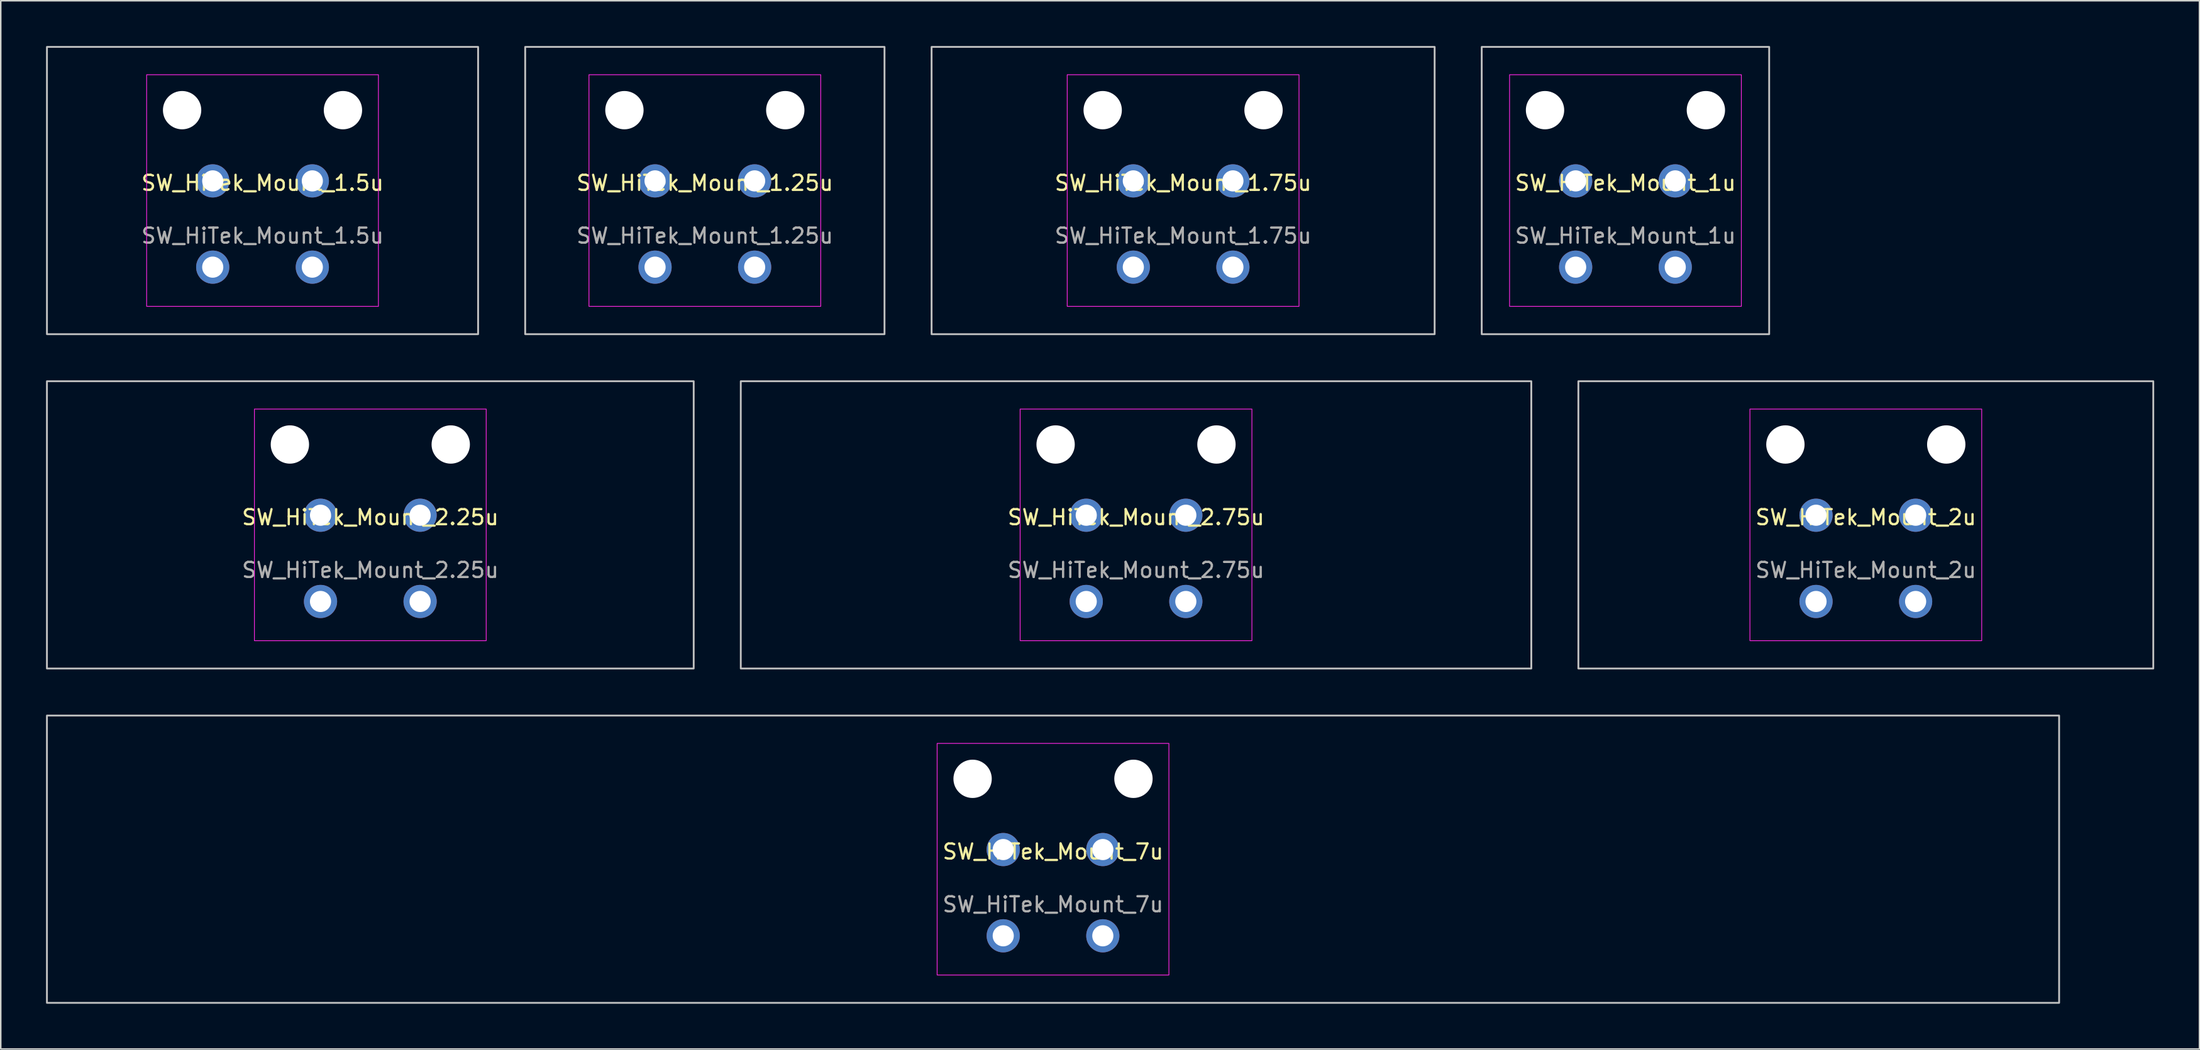
<source format=kicad_pcb>
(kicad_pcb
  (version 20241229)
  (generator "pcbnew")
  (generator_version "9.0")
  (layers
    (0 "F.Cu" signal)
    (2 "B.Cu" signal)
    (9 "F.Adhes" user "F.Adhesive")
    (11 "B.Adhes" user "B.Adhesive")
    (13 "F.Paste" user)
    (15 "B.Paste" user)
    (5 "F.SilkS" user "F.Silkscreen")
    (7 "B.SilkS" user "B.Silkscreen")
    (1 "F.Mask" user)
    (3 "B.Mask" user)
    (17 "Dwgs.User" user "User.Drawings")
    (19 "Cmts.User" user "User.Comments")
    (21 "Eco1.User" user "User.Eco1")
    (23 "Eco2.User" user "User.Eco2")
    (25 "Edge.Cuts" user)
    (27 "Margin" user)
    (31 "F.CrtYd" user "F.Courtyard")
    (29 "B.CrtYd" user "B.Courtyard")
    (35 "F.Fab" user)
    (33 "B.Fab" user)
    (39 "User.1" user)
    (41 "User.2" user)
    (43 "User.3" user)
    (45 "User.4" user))
  (footprint "SW_HiTek_Mount_7u"
    (layer "F.Cu")
    (at 66.735 53.925)
    (property "Reference" "SW_HiTek_Mount_7u" (at 0 -0.5 0) (unlocked yes) (layer "F.SilkS") (effects (font (size 1 1) (thickness 0.15))))
    (attr through_hole exclude_from_pos_files exclude_from_bom)
    (fp_rect (start -66.675 -9.525) (end 66.675 9.525) (stroke (width 0.12) (type solid)) (fill no) (layer "Dwgs.User"))
    (fp_line (start -7.81 7.31) (end -7.81 -7.31) (stroke (width 0.05) (type solid)) (layer "Eco2.User"))
    (fp_line (start -7.31 -7.81) (end 7.31 -7.81) (stroke (width 0.05) (type solid)) (layer "Eco2.User"))
    (fp_line (start 7.31 7.81) (end -7.31 7.81) (stroke (width 0.05) (type solid)) (layer "Eco2.User"))
    (fp_line (start 7.81 7.31) (end 7.81 -7.31) (stroke (width 0.05) (type solid)) (layer "Eco2.User"))
    (fp_arc (start -7.81 -7.31) (mid -7.663553 -7.663553) (end -7.31 -7.81) (stroke (width 0.05) (type solid)) (layer "Eco2.User"))
    (fp_arc (start -7.31 7.81) (mid -7.663553 7.663553) (end -7.81 7.31) (stroke (width 0.05) (type solid)) (layer "Eco2.User"))
    (fp_arc (start 7.31 -7.81) (mid 7.663553 -7.663553) (end 7.81 -7.31) (stroke (width 0.05) (type solid)) (layer "Eco2.User"))
    (fp_arc (start 7.81 7.31) (mid 7.663553 7.663553) (end 7.31 7.81) (stroke (width 0.05) (type solid)) (layer "Eco2.User"))
    (fp_rect (start -7.68 -7.68) (end 7.68 7.68) (stroke (width 0.05) (type solid)) (fill no) (layer "F.CrtYd"))
    (fp_text user "${REFERENCE}" (at 0 3 0) (unlocked yes) (layer "F.Fab") (effects (font (size 1 1) (thickness 0.15))))
    (pad "" np_thru_hole circle (at -5.33 -5.33) (size 2.54 2.54) (drill 2.54) (layers "*.Cu" "*.Mask"))
    (pad "" np_thru_hole circle (at 5.33 -5.33) (size 2.54 2.54) (drill 2.54) (layers "*.Cu" "*.Mask"))
    (pad "1" thru_hole circle (at -3.3 -0.64) (size 2.2 2.2) (drill 1.4) (layers "*.Cu" "B.Mask"))
    (pad "1" thru_hole circle (at -3.3 5.08) (size 2.2 2.2) (drill 1.4) (layers "*.Cu" "B.Mask"))
    (pad "2" thru_hole circle (at 3.3 -0.64) (size 2.2 2.2) (drill 1.4) (layers "*.Cu" "B.Mask"))
    (pad "2" thru_hole circle (at 3.3 5.08) (size 2.2 2.2) (drill 1.4) (layers "*.Cu" "B.Mask")))
  (footprint "SW_HiTek_Mount_2.25u"
    (layer "F.Cu")
    (at 21.491 31.755)
    (property "Reference" "SW_HiTek_Mount_2.25u" (at 0 -0.5 0) (unlocked yes) (layer "F.SilkS") (effects (font (size 1 1) (thickness 0.15))))
    (attr through_hole exclude_from_pos_files exclude_from_bom)
    (fp_rect (start -21.431 -9.525) (end 21.431 9.525) (stroke (width 0.12) (type solid)) (fill no) (layer "Dwgs.User"))
    (fp_line (start -7.81 7.31) (end -7.81 -7.31) (stroke (width 0.05) (type solid)) (layer "Eco2.User"))
    (fp_line (start -7.31 -7.81) (end 7.31 -7.81) (stroke (width 0.05) (type solid)) (layer "Eco2.User"))
    (fp_line (start 7.31 7.81) (end -7.31 7.81) (stroke (width 0.05) (type solid)) (layer "Eco2.User"))
    (fp_line (start 7.81 7.31) (end 7.81 -7.31) (stroke (width 0.05) (type solid)) (layer "Eco2.User"))
    (fp_arc (start -7.81 -7.31) (mid -7.663553 -7.663553) (end -7.31 -7.81) (stroke (width 0.05) (type solid)) (layer "Eco2.User"))
    (fp_arc (start -7.31 7.81) (mid -7.663553 7.663553) (end -7.81 7.31) (stroke (width 0.05) (type solid)) (layer "Eco2.User"))
    (fp_arc (start 7.31 -7.81) (mid 7.663553 -7.663553) (end 7.81 -7.31) (stroke (width 0.05) (type solid)) (layer "Eco2.User"))
    (fp_arc (start 7.81 7.31) (mid 7.663553 7.663553) (end 7.31 7.81) (stroke (width 0.05) (type solid)) (layer "Eco2.User"))
    (fp_rect (start -7.68 -7.68) (end 7.68 7.68) (stroke (width 0.05) (type solid)) (fill no) (layer "F.CrtYd"))
    (fp_text user "${REFERENCE}" (at 0 3 0) (unlocked yes) (layer "F.Fab") (effects (font (size 1 1) (thickness 0.15))))
    (pad "" np_thru_hole circle (at -5.33 -5.33) (size 2.54 2.54) (drill 2.54) (layers "*.Cu" "*.Mask"))
    (pad "" np_thru_hole circle (at 5.33 -5.33) (size 2.54 2.54) (drill 2.54) (layers "*.Cu" "*.Mask"))
    (pad "1" thru_hole circle (at -3.3 -0.64) (size 2.2 2.2) (drill 1.4) (layers "*.Cu" "B.Mask"))
    (pad "1" thru_hole circle (at -3.3 5.08) (size 2.2 2.2) (drill 1.4) (layers "*.Cu" "B.Mask"))
    (pad "2" thru_hole circle (at 3.3 -0.64) (size 2.2 2.2) (drill 1.4) (layers "*.Cu" "B.Mask"))
    (pad "2" thru_hole circle (at 3.3 5.08) (size 2.2 2.2) (drill 1.4) (layers "*.Cu" "B.Mask")))
  (footprint "SW_HiTek_Mount_1.25u"
    (layer "F.Cu")
    (at 43.661 9.585)
    (property "Reference" "SW_HiTek_Mount_1.25u" (at 0 -0.5 0) (unlocked yes) (layer "F.SilkS") (effects (font (size 1 1) (thickness 0.15))))
    (attr through_hole exclude_from_pos_files exclude_from_bom)
    (fp_rect (start -11.906 -9.525) (end 11.906 9.525) (stroke (width 0.12) (type solid)) (fill no) (layer "Dwgs.User"))
    (fp_line (start -7.81 7.31) (end -7.81 -7.31) (stroke (width 0.05) (type solid)) (layer "Eco2.User"))
    (fp_line (start -7.31 -7.81) (end 7.31 -7.81) (stroke (width 0.05) (type solid)) (layer "Eco2.User"))
    (fp_line (start 7.31 7.81) (end -7.31 7.81) (stroke (width 0.05) (type solid)) (layer "Eco2.User"))
    (fp_line (start 7.81 7.31) (end 7.81 -7.31) (stroke (width 0.05) (type solid)) (layer "Eco2.User"))
    (fp_arc (start -7.81 -7.31) (mid -7.663553 -7.663553) (end -7.31 -7.81) (stroke (width 0.05) (type solid)) (layer "Eco2.User"))
    (fp_arc (start -7.31 7.81) (mid -7.663553 7.663553) (end -7.81 7.31) (stroke (width 0.05) (type solid)) (layer "Eco2.User"))
    (fp_arc (start 7.31 -7.81) (mid 7.663553 -7.663553) (end 7.81 -7.31) (stroke (width 0.05) (type solid)) (layer "Eco2.User"))
    (fp_arc (start 7.81 7.31) (mid 7.663553 7.663553) (end 7.31 7.81) (stroke (width 0.05) (type solid)) (layer "Eco2.User"))
    (fp_rect (start -7.68 -7.68) (end 7.68 7.68) (stroke (width 0.05) (type solid)) (fill no) (layer "F.CrtYd"))
    (fp_text user "${REFERENCE}" (at 0 3 0) (unlocked yes) (layer "F.Fab") (effects (font (size 1 1) (thickness 0.15))))
    (pad "" np_thru_hole circle (at -5.33 -5.33) (size 2.54 2.54) (drill 2.54) (layers "*.Cu" "*.Mask"))
    (pad "" np_thru_hole circle (at 5.33 -5.33) (size 2.54 2.54) (drill 2.54) (layers "*.Cu" "*.Mask"))
    (pad "1" thru_hole circle (at -3.3 -0.64) (size 2.2 2.2) (drill 1.4) (layers "*.Cu" "B.Mask"))
    (pad "1" thru_hole circle (at -3.3 5.08) (size 2.2 2.2) (drill 1.4) (layers "*.Cu" "B.Mask"))
    (pad "2" thru_hole circle (at 3.3 -0.64) (size 2.2 2.2) (drill 1.4) (layers "*.Cu" "B.Mask"))
    (pad "2" thru_hole circle (at 3.3 5.08) (size 2.2 2.2) (drill 1.4) (layers "*.Cu" "B.Mask")))
  (footprint "SW_HiTek_Mount_1u"
    (layer "F.Cu")
    (at 104.67 9.585)
    (property "Reference" "SW_HiTek_Mount_1u" (at 0 -0.5 0) (unlocked yes) (layer "F.SilkS") (effects (font (size 1 1) (thickness 0.15))))
    (attr through_hole exclude_from_pos_files exclude_from_bom)
    (fp_rect (start -9.525 -9.525) (end 9.525 9.525) (stroke (width 0.12) (type solid)) (fill no) (layer "Dwgs.User"))
    (fp_line (start -7.81 7.31) (end -7.81 -7.31) (stroke (width 0.05) (type solid)) (layer "Eco2.User"))
    (fp_line (start -7.31 -7.81) (end 7.31 -7.81) (stroke (width 0.05) (type solid)) (layer "Eco2.User"))
    (fp_line (start 7.31 7.81) (end -7.31 7.81) (stroke (width 0.05) (type solid)) (layer "Eco2.User"))
    (fp_line (start 7.81 7.31) (end 7.81 -7.31) (stroke (width 0.05) (type solid)) (layer "Eco2.User"))
    (fp_arc (start -7.81 -7.31) (mid -7.663553 -7.663553) (end -7.31 -7.81) (stroke (width 0.05) (type solid)) (layer "Eco2.User"))
    (fp_arc (start -7.31 7.81) (mid -7.663553 7.663553) (end -7.81 7.31) (stroke (width 0.05) (type solid)) (layer "Eco2.User"))
    (fp_arc (start 7.31 -7.81) (mid 7.663553 -7.663553) (end 7.81 -7.31) (stroke (width 0.05) (type solid)) (layer "Eco2.User"))
    (fp_arc (start 7.81 7.31) (mid 7.663553 7.663553) (end 7.31 7.81) (stroke (width 0.05) (type solid)) (layer "Eco2.User"))
    (fp_rect (start -7.68 -7.68) (end 7.68 7.68) (stroke (width 0.05) (type solid)) (fill no) (layer "F.CrtYd"))
    (fp_text user "${REFERENCE}" (at 0 3 0) (unlocked yes) (layer "F.Fab") (effects (font (size 1 1) (thickness 0.15))))
    (pad "" np_thru_hole circle (at -5.33 -5.33) (size 2.54 2.54) (drill 2.54) (layers "*.Cu" "*.Mask"))
    (pad "" np_thru_hole circle (at 5.33 -5.33) (size 2.54 2.54) (drill 2.54) (layers "*.Cu" "*.Mask"))
    (pad "1" thru_hole circle (at -3.3 -0.64) (size 2.2 2.2) (drill 1.4) (layers "*.Cu" "B.Mask"))
    (pad "1" thru_hole circle (at -3.3 5.08) (size 2.2 2.2) (drill 1.4) (layers "*.Cu" "B.Mask"))
    (pad "2" thru_hole circle (at 3.3 -0.64) (size 2.2 2.2) (drill 1.4) (layers "*.Cu" "B.Mask"))
    (pad "2" thru_hole circle (at 3.3 5.08) (size 2.2 2.2) (drill 1.4) (layers "*.Cu" "B.Mask")))
  (footprint "SW_HiTek_Mount_2.75u"
    (layer "F.Cu")
    (at 72.236 31.755)
    (property "Reference" "SW_HiTek_Mount_2.75u" (at 0 -0.5 0) (unlocked yes) (layer "F.SilkS") (effects (font (size 1 1) (thickness 0.15))))
    (attr through_hole exclude_from_pos_files exclude_from_bom)
    (fp_rect (start -26.194 -9.525) (end 26.194 9.525) (stroke (width 0.12) (type solid)) (fill no) (layer "Dwgs.User"))
    (fp_line (start -7.81 7.31) (end -7.81 -7.31) (stroke (width 0.05) (type solid)) (layer "Eco2.User"))
    (fp_line (start -7.31 -7.81) (end 7.31 -7.81) (stroke (width 0.05) (type solid)) (layer "Eco2.User"))
    (fp_line (start 7.31 7.81) (end -7.31 7.81) (stroke (width 0.05) (type solid)) (layer "Eco2.User"))
    (fp_line (start 7.81 7.31) (end 7.81 -7.31) (stroke (width 0.05) (type solid)) (layer "Eco2.User"))
    (fp_arc (start -7.81 -7.31) (mid -7.663553 -7.663553) (end -7.31 -7.81) (stroke (width 0.05) (type solid)) (layer "Eco2.User"))
    (fp_arc (start -7.31 7.81) (mid -7.663553 7.663553) (end -7.81 7.31) (stroke (width 0.05) (type solid)) (layer "Eco2.User"))
    (fp_arc (start 7.31 -7.81) (mid 7.663553 -7.663553) (end 7.81 -7.31) (stroke (width 0.05) (type solid)) (layer "Eco2.User"))
    (fp_arc (start 7.81 7.31) (mid 7.663553 7.663553) (end 7.31 7.81) (stroke (width 0.05) (type solid)) (layer "Eco2.User"))
    (fp_rect (start -7.68 -7.68) (end 7.68 7.68) (stroke (width 0.05) (type solid)) (fill no) (layer "F.CrtYd"))
    (fp_text user "${REFERENCE}" (at 0 3 0) (unlocked yes) (layer "F.Fab") (effects (font (size 1 1) (thickness 0.15))))
    (pad "" np_thru_hole circle (at -5.33 -5.33) (size 2.54 2.54) (drill 2.54) (layers "*.Cu" "*.Mask"))
    (pad "" np_thru_hole circle (at 5.33 -5.33) (size 2.54 2.54) (drill 2.54) (layers "*.Cu" "*.Mask"))
    (pad "1" thru_hole circle (at -3.3 -0.64) (size 2.2 2.2) (drill 1.4) (layers "*.Cu" "B.Mask"))
    (pad "1" thru_hole circle (at -3.3 5.08) (size 2.2 2.2) (drill 1.4) (layers "*.Cu" "B.Mask"))
    (pad "2" thru_hole circle (at 3.3 -0.64) (size 2.2 2.2) (drill 1.4) (layers "*.Cu" "B.Mask"))
    (pad "2" thru_hole circle (at 3.3 5.08) (size 2.2 2.2) (drill 1.4) (layers "*.Cu" "B.Mask")))
  (footprint "SW_HiTek_Mount_2u"
    (layer "F.Cu")
    (at 120.6 31.755)
    (property "Reference" "SW_HiTek_Mount_2u" (at 0 -0.5 0) (unlocked yes) (layer "F.SilkS") (effects (font (size 1 1) (thickness 0.15))))
    (attr through_hole exclude_from_pos_files exclude_from_bom)
    (fp_rect (start -19.05 -9.525) (end 19.05 9.525) (stroke (width 0.12) (type solid)) (fill no) (layer "Dwgs.User"))
    (fp_line (start -7.81 7.31) (end -7.81 -7.31) (stroke (width 0.05) (type solid)) (layer "Eco2.User"))
    (fp_line (start -7.31 -7.81) (end 7.31 -7.81) (stroke (width 0.05) (type solid)) (layer "Eco2.User"))
    (fp_line (start 7.31 7.81) (end -7.31 7.81) (stroke (width 0.05) (type solid)) (layer "Eco2.User"))
    (fp_line (start 7.81 7.31) (end 7.81 -7.31) (stroke (width 0.05) (type solid)) (layer "Eco2.User"))
    (fp_arc (start -7.81 -7.31) (mid -7.663553 -7.663553) (end -7.31 -7.81) (stroke (width 0.05) (type solid)) (layer "Eco2.User"))
    (fp_arc (start -7.31 7.81) (mid -7.663553 7.663553) (end -7.81 7.31) (stroke (width 0.05) (type solid)) (layer "Eco2.User"))
    (fp_arc (start 7.31 -7.81) (mid 7.663553 -7.663553) (end 7.81 -7.31) (stroke (width 0.05) (type solid)) (layer "Eco2.User"))
    (fp_arc (start 7.81 7.31) (mid 7.663553 7.663553) (end 7.31 7.81) (stroke (width 0.05) (type solid)) (layer "Eco2.User"))
    (fp_rect (start -7.68 -7.68) (end 7.68 7.68) (stroke (width 0.05) (type solid)) (fill no) (layer "F.CrtYd"))
    (fp_text user "${REFERENCE}" (at 0 3 0) (unlocked yes) (layer "F.Fab") (effects (font (size 1 1) (thickness 0.15))))
    (pad "" np_thru_hole circle (at -5.33 -5.33) (size 2.54 2.54) (drill 2.54) (layers "*.Cu" "*.Mask"))
    (pad "" np_thru_hole circle (at 5.33 -5.33) (size 2.54 2.54) (drill 2.54) (layers "*.Cu" "*.Mask"))
    (pad "1" thru_hole circle (at -3.3 -0.64) (size 2.2 2.2) (drill 1.4) (layers "*.Cu" "B.Mask"))
    (pad "1" thru_hole circle (at -3.3 5.08) (size 2.2 2.2) (drill 1.4) (layers "*.Cu" "B.Mask"))
    (pad "2" thru_hole circle (at 3.3 -0.64) (size 2.2 2.2) (drill 1.4) (layers "*.Cu" "B.Mask"))
    (pad "2" thru_hole circle (at 3.3 5.08) (size 2.2 2.2) (drill 1.4) (layers "*.Cu" "B.Mask")))
  (footprint "SW_HiTek_Mount_1.5u"
    (layer "F.Cu")
    (at 14.348 9.585)
    (property "Reference" "SW_HiTek_Mount_1.5u" (at 0 -0.5 0) (unlocked yes) (layer "F.SilkS") (effects (font (size 1 1) (thickness 0.15))))
    (attr through_hole exclude_from_pos_files exclude_from_bom)
    (fp_rect (start -14.287 -9.525) (end 14.287 9.525) (stroke (width 0.12) (type solid)) (fill no) (layer "Dwgs.User"))
    (fp_line (start -7.81 7.31) (end -7.81 -7.31) (stroke (width 0.05) (type solid)) (layer "Eco2.User"))
    (fp_line (start -7.31 -7.81) (end 7.31 -7.81) (stroke (width 0.05) (type solid)) (layer "Eco2.User"))
    (fp_line (start 7.31 7.81) (end -7.31 7.81) (stroke (width 0.05) (type solid)) (layer "Eco2.User"))
    (fp_line (start 7.81 7.31) (end 7.81 -7.31) (stroke (width 0.05) (type solid)) (layer "Eco2.User"))
    (fp_arc (start -7.81 -7.31) (mid -7.663553 -7.663553) (end -7.31 -7.81) (stroke (width 0.05) (type solid)) (layer "Eco2.User"))
    (fp_arc (start -7.31 7.81) (mid -7.663553 7.663553) (end -7.81 7.31) (stroke (width 0.05) (type solid)) (layer "Eco2.User"))
    (fp_arc (start 7.31 -7.81) (mid 7.663553 -7.663553) (end 7.81 -7.31) (stroke (width 0.05) (type solid)) (layer "Eco2.User"))
    (fp_arc (start 7.81 7.31) (mid 7.663553 7.663553) (end 7.31 7.81) (stroke (width 0.05) (type solid)) (layer "Eco2.User"))
    (fp_rect (start -7.68 -7.68) (end 7.68 7.68) (stroke (width 0.05) (type solid)) (fill no) (layer "F.CrtYd"))
    (fp_text user "${REFERENCE}" (at 0 3 0) (unlocked yes) (layer "F.Fab") (effects (font (size 1 1) (thickness 0.15))))
    (pad "" np_thru_hole circle (at -5.33 -5.33) (size 2.54 2.54) (drill 2.54) (layers "*.Cu" "*.Mask"))
    (pad "" np_thru_hole circle (at 5.33 -5.33) (size 2.54 2.54) (drill 2.54) (layers "*.Cu" "*.Mask"))
    (pad "1" thru_hole circle (at -3.3 -0.64) (size 2.2 2.2) (drill 1.4) (layers "*.Cu" "B.Mask"))
    (pad "1" thru_hole circle (at -3.3 5.08) (size 2.2 2.2) (drill 1.4) (layers "*.Cu" "B.Mask"))
    (pad "2" thru_hole circle (at 3.3 -0.64) (size 2.2 2.2) (drill 1.4) (layers "*.Cu" "B.Mask"))
    (pad "2" thru_hole circle (at 3.3 5.08) (size 2.2 2.2) (drill 1.4) (layers "*.Cu" "B.Mask")))
  (footprint "SW_HiTek_Mount_1.75u"
    (layer "F.Cu")
    (at 75.356 9.585)
    (property "Reference" "SW_HiTek_Mount_1.75u" (at 0 -0.5 0) (unlocked yes) (layer "F.SilkS") (effects (font (size 1 1) (thickness 0.15))))
    (attr through_hole exclude_from_pos_files exclude_from_bom)
    (fp_rect (start -16.669 -9.525) (end 16.669 9.525) (stroke (width 0.12) (type solid)) (fill no) (layer "Dwgs.User"))
    (fp_line (start -7.81 7.31) (end -7.81 -7.31) (stroke (width 0.05) (type solid)) (layer "Eco2.User"))
    (fp_line (start -7.31 -7.81) (end 7.31 -7.81) (stroke (width 0.05) (type solid)) (layer "Eco2.User"))
    (fp_line (start 7.31 7.81) (end -7.31 7.81) (stroke (width 0.05) (type solid)) (layer "Eco2.User"))
    (fp_line (start 7.81 7.31) (end 7.81 -7.31) (stroke (width 0.05) (type solid)) (layer "Eco2.User"))
    (fp_arc (start -7.81 -7.31) (mid -7.663553 -7.663553) (end -7.31 -7.81) (stroke (width 0.05) (type solid)) (layer "Eco2.User"))
    (fp_arc (start -7.31 7.81) (mid -7.663553 7.663553) (end -7.81 7.31) (stroke (width 0.05) (type solid)) (layer "Eco2.User"))
    (fp_arc (start 7.31 -7.81) (mid 7.663553 -7.663553) (end 7.81 -7.31) (stroke (width 0.05) (type solid)) (layer "Eco2.User"))
    (fp_arc (start 7.81 7.31) (mid 7.663553 7.663553) (end 7.31 7.81) (stroke (width 0.05) (type solid)) (layer "Eco2.User"))
    (fp_rect (start -7.68 -7.68) (end 7.68 7.68) (stroke (width 0.05) (type solid)) (fill no) (layer "F.CrtYd"))
    (fp_text user "${REFERENCE}" (at 0 3 0) (unlocked yes) (layer "F.Fab") (effects (font (size 1 1) (thickness 0.15))))
    (pad "" np_thru_hole circle (at -5.33 -5.33) (size 2.54 2.54) (drill 2.54) (layers "*.Cu" "*.Mask"))
    (pad "" np_thru_hole circle (at 5.33 -5.33) (size 2.54 2.54) (drill 2.54) (layers "*.Cu" "*.Mask"))
    (pad "1" thru_hole circle (at -3.3 -0.64) (size 2.2 2.2) (drill 1.4) (layers "*.Cu" "B.Mask"))
    (pad "1" thru_hole circle (at -3.3 5.08) (size 2.2 2.2) (drill 1.4) (layers "*.Cu" "B.Mask"))
    (pad "2" thru_hole circle (at 3.3 -0.64) (size 2.2 2.2) (drill 1.4) (layers "*.Cu" "B.Mask"))
    (pad "2" thru_hole circle (at 3.3 5.08) (size 2.2 2.2) (drill 1.4) (layers "*.Cu" "B.Mask")))
  (gr_rect
    (start -3 -3)
    (end 142.71 66.51)
    (stroke (width 0.1) (type default))
    (fill no)
    (layer "Edge.Cuts")))
</source>
